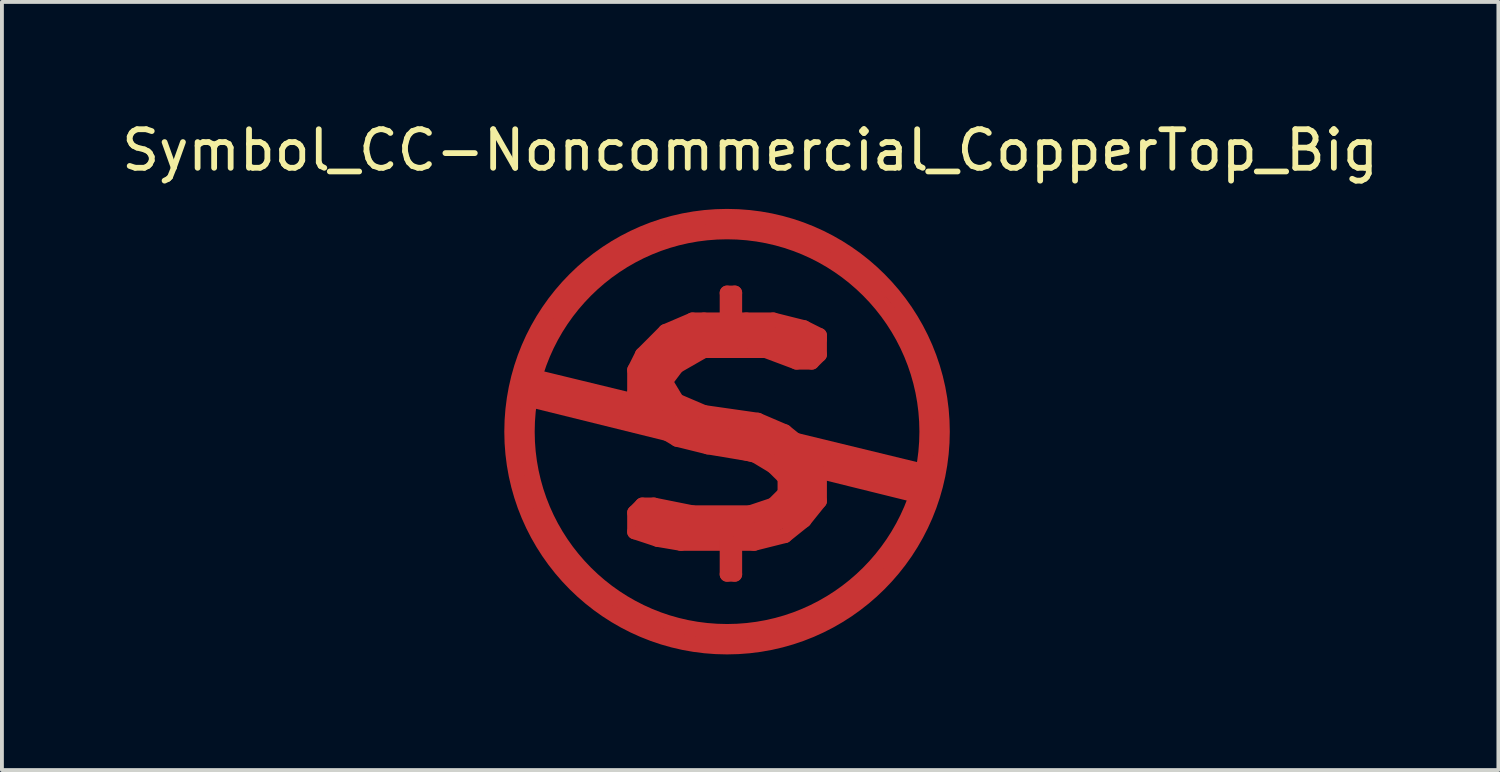
<source format=kicad_pcb>
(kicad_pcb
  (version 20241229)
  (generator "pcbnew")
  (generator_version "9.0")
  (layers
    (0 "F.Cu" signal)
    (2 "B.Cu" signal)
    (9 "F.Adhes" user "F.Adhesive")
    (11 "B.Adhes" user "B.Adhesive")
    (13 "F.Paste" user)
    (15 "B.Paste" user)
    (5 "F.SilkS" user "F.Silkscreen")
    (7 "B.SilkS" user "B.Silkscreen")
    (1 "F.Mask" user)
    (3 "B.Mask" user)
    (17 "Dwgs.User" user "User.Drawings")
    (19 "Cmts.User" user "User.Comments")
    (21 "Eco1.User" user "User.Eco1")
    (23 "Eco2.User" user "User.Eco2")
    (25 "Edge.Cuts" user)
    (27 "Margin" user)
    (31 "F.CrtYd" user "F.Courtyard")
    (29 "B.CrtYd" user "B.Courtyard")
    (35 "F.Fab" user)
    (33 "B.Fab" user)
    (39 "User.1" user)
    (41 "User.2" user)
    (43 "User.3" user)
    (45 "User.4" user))
  (footprint "Symbol_CC-Noncommercial_CopperTop_Big"
    (layer "F.Cu")
    (at 15.811 8.148)
    (property "Reference" "Symbol_CC-Noncommercial_CopperTop_Big" (at 0.599 -7.3 0) (layer "F.SilkS") (effects (font (size 1 1) (thickness 0.15))))
    (attr exclude_from_pos_files exclude_from_bom)
    (fp_line (start -5.4 -0.899) (end 4.699 1.6) (stroke (width 0.381) (type solid)) (layer "F.Cu"))
    (fp_line (start -5.4 0.099) (end -5.199 1.3) (stroke (width 0.381) (type solid)) (layer "F.Cu"))
    (fp_line (start -5.301 -1.501) (end 5.4 1.1) (stroke (width 0.381) (type solid)) (layer "F.Cu"))
    (fp_line (start -5.301 -1.199) (end -5.4 -0.899) (stroke (width 0.381) (type solid)) (layer "F.Cu"))
    (fp_line (start -5.301 -1.1) (end -5.4 0.099) (stroke (width 0.381) (type solid)) (layer "F.Cu"))
    (fp_line (start -5.199 1.3) (end -4.801 2.4) (stroke (width 0.381) (type solid)) (layer "F.Cu"))
    (fp_line (start -5.001 -2.101) (end -5.301 -1.1) (stroke (width 0.381) (type solid)) (layer "F.Cu"))
    (fp_line (start -4.801 2.4) (end -3.8 3.899) (stroke (width 0.381) (type solid)) (layer "F.Cu"))
    (fp_line (start -4.501 -3) (end -5.001 -2.101) (stroke (width 0.381) (type solid)) (layer "F.Cu"))
    (fp_line (start -4 -3.599) (end -4.501 -3) (stroke (width 0.381) (type solid)) (layer "F.Cu"))
    (fp_line (start -3.8 3.899) (end -2.601 4.801) (stroke (width 0.381) (type solid)) (layer "F.Cu"))
    (fp_line (start -3.299 -4.201) (end -4 -3.599) (stroke (width 0.381) (type solid)) (layer "F.Cu"))
    (fp_line (start -2.7 -4.699) (end -3.299 -4.201) (stroke (width 0.381) (type solid)) (layer "F.Cu"))
    (fp_line (start -2.601 4.801) (end -1.3 5.301) (stroke (width 0.381) (type solid)) (layer "F.Cu"))
    (fp_line (start -2.4 -1.6) (end -2.4 -1.001) (stroke (width 0.381) (type solid)) (layer "F.Cu"))
    (fp_line (start -2.4 -1.001) (end -2.101 -0.599) (stroke (width 0.381) (type solid)) (layer "F.Cu"))
    (fp_line (start -2.4 2.101) (end -2.4 2.601) (stroke (width 0.381) (type solid)) (layer "F.Cu"))
    (fp_line (start -2.4 2.601) (end -1.801 2.799) (stroke (width 0.381) (type solid)) (layer "F.Cu"))
    (fp_line (start -2.2 -1.999) (end -2.4 -1.6) (stroke (width 0.381) (type solid)) (layer "F.Cu"))
    (fp_line (start -2.2 -1.199) (end -1.9 -0.701) (stroke (width 0.381) (type solid)) (layer "F.Cu"))
    (fp_line (start -2.2 1.9) (end -2.4 2.101) (stroke (width 0.381) (type solid)) (layer "F.Cu"))
    (fp_line (start -2.2 2.2) (end -2.2 2.4) (stroke (width 0.381) (type solid)) (layer "F.Cu"))
    (fp_line (start -2.2 2.4) (end -1.1 2.601) (stroke (width 0.381) (type solid)) (layer "F.Cu"))
    (fp_line (start -2.101 -0.599) (end -1.801 -0.099) (stroke (width 0.381) (type solid)) (layer "F.Cu"))
    (fp_line (start -1.999 -4.9) (end -2.7 -4.699) (stroke (width 0.381) (type solid)) (layer "F.Cu"))
    (fp_line (start -1.9 -1.999) (end -2.2 -1.199) (stroke (width 0.381) (type solid)) (layer "F.Cu"))
    (fp_line (start -1.9 -1.199) (end -1.6 -1.801) (stroke (width 0.381) (type solid)) (layer "F.Cu"))
    (fp_line (start -1.9 -0.701) (end -1.3 -0.099) (stroke (width 0.381) (type solid)) (layer "F.Cu"))
    (fp_line (start -1.9 1.9) (end -2.2 1.9) (stroke (width 0.381) (type solid)) (layer "F.Cu"))
    (fp_line (start -1.801 -0.099) (end -1.3 0.201) (stroke (width 0.381) (type solid)) (layer "F.Cu"))
    (fp_line (start -1.801 2.799) (end -1.199 2.901) (stroke (width 0.381) (type solid)) (layer "F.Cu"))
    (fp_line (start -1.6 -2.601) (end -2.2 -1.999) (stroke (width 0.381) (type solid)) (layer "F.Cu"))
    (fp_line (start -1.6 -1.801) (end -0.899 -2.301) (stroke (width 0.381) (type solid)) (layer "F.Cu"))
    (fp_line (start -1.6 -1.3) (end -1.3 -1.699) (stroke (width 0.381) (type solid)) (layer "F.Cu"))
    (fp_line (start -1.6 2.2) (end -2.2 2.2) (stroke (width 0.381) (type solid)) (layer "F.Cu"))
    (fp_line (start -1.4 -0.5) (end -1.9 -1.199) (stroke (width 0.381) (type solid)) (layer "F.Cu"))
    (fp_line (start -1.3 -5.1) (end -1.999 -4.9) (stroke (width 0.381) (type solid)) (layer "F.Cu"))
    (fp_line (start -1.3 -1.699) (end -0.599 -2.101) (stroke (width 0.381) (type solid)) (layer "F.Cu"))
    (fp_line (start -1.3 -0.8) (end -1.6 -1.3) (stroke (width 0.381) (type solid)) (layer "F.Cu"))
    (fp_line (start -1.3 -0.099) (end 0 0.3) (stroke (width 0.381) (type solid)) (layer "F.Cu"))
    (fp_line (start -1.3 0.201) (end -0.5 0.399) (stroke (width 0.381) (type solid)) (layer "F.Cu"))
    (fp_line (start -1.3 5.301) (end 0.099 5.301) (stroke (width 0.381) (type solid)) (layer "F.Cu"))
    (fp_line (start -1.199 2.901) (end 0.701 2.901) (stroke (width 0.381) (type solid)) (layer "F.Cu"))
    (fp_line (start -1.1 -2.601) (end -1.9 -1.999) (stroke (width 0.381) (type solid)) (layer "F.Cu"))
    (fp_line (start -1.1 2.601) (end -0.099 2.601) (stroke (width 0.381) (type solid)) (layer "F.Cu"))
    (fp_line (start -0.899 -2.901) (end -1.6 -2.601) (stroke (width 0.381) (type solid)) (layer "F.Cu"))
    (fp_line (start -0.899 -2.301) (end -0.099 -2.4) (stroke (width 0.381) (type solid)) (layer "F.Cu"))
    (fp_line (start -0.899 2.101) (end -1.9 1.9) (stroke (width 0.381) (type solid)) (layer "F.Cu"))
    (fp_line (start -0.599 -2.901) (end -0.899 -2.901) (stroke (width 0.381) (type solid)) (layer "F.Cu"))
    (fp_line (start -0.599 -2.101) (end 1.001 -2.101) (stroke (width 0.381) (type solid)) (layer "F.Cu"))
    (fp_line (start -0.599 -0.5) (end -1.3 -0.8) (stroke (width 0.381) (type solid)) (layer "F.Cu"))
    (fp_line (start -0.5 -5.4) (end -1.3 -5.1) (stroke (width 0.381) (type solid)) (layer "F.Cu"))
    (fp_line (start -0.5 0.399) (end 0.701 0.599) (stroke (width 0.381) (type solid)) (layer "F.Cu"))
    (fp_line (start -0.399 -0.099) (end -1.4 -0.5) (stroke (width 0.381) (type solid)) (layer "F.Cu"))
    (fp_line (start -0.3 2.301) (end -1.6 2.2) (stroke (width 0.381) (type solid)) (layer "F.Cu"))
    (fp_line (start -0.201 -0.201) (end -0.399 -0.099) (stroke (width 0.381) (type solid)) (layer "F.Cu"))
    (fp_line (start -0.099 -2.4) (end 1.001 -2.301) (stroke (width 0.381) (type solid)) (layer "F.Cu"))
    (fp_line (start -0.099 2.601) (end 0.899 2.601) (stroke (width 0.381) (type solid)) (layer "F.Cu"))
    (fp_line (start 0 -5.4) (end -0.5 -5.4) (stroke (width 0.381) (type solid)) (layer "F.Cu"))
    (fp_line (start 0 -3.599) (end 0.201 -3.599) (stroke (width 0.381) (type solid)) (layer "F.Cu"))
    (fp_line (start 0 -3) (end 0 -3.599) (stroke (width 0.381) (type solid)) (layer "F.Cu"))
    (fp_line (start 0 0.3) (end 1.199 0.599) (stroke (width 0.381) (type solid)) (layer "F.Cu"))
    (fp_line (start 0 2.799) (end 0 3.701) (stroke (width 0.381) (type solid)) (layer "F.Cu"))
    (fp_line (start 0 3.701) (end 0.201 3.701) (stroke (width 0.381) (type solid)) (layer "F.Cu"))
    (fp_line (start 0.099 5.301) (end 1.6 5.199) (stroke (width 0.381) (type solid)) (layer "F.Cu"))
    (fp_line (start 0.201 -3.599) (end 0.201 -3) (stroke (width 0.381) (type solid)) (layer "F.Cu"))
    (fp_line (start 0.201 -0.201) (end 0.201 0.099) (stroke (width 0.381) (type solid)) (layer "F.Cu"))
    (fp_line (start 0.201 0.099) (end -0.201 -0.201) (stroke (width 0.381) (type solid)) (layer "F.Cu"))
    (fp_line (start 0.201 3.701) (end 0.201 3) (stroke (width 0.381) (type solid)) (layer "F.Cu"))
    (fp_line (start 0.5 -2.901) (end -0.599 -2.901) (stroke (width 0.381) (type solid)) (layer "F.Cu"))
    (fp_line (start 0.5 0) (end 0.5 0.201) (stroke (width 0.381) (type solid)) (layer "F.Cu"))
    (fp_line (start 0.5 0.201) (end 0.899 0.399) (stroke (width 0.381) (type solid)) (layer "F.Cu"))
    (fp_line (start 0.599 2.101) (end -0.899 2.101) (stroke (width 0.381) (type solid)) (layer "F.Cu"))
    (fp_line (start 0.701 0.599) (end 1.199 0.899) (stroke (width 0.381) (type solid)) (layer "F.Cu"))
    (fp_line (start 0.701 2.901) (end 1.501 2.7) (stroke (width 0.381) (type solid)) (layer "F.Cu"))
    (fp_line (start 0.8 -2.601) (end -1.1 -2.601) (stroke (width 0.381) (type solid)) (layer "F.Cu"))
    (fp_line (start 0.8 -0.3) (end -0.599 -0.5) (stroke (width 0.381) (type solid)) (layer "F.Cu"))
    (fp_line (start 0.899 0.399) (end 0.201 -0.201) (stroke (width 0.381) (type solid)) (layer "F.Cu"))
    (fp_line (start 0.899 2.301) (end -0.3 2.301) (stroke (width 0.381) (type solid)) (layer "F.Cu"))
    (fp_line (start 0.899 2.601) (end 1.801 2.101) (stroke (width 0.381) (type solid)) (layer "F.Cu"))
    (fp_line (start 1.001 -2.301) (end 2.101 -2.101) (stroke (width 0.381) (type solid)) (layer "F.Cu"))
    (fp_line (start 1.001 -2.101) (end 1.801 -1.801) (stroke (width 0.381) (type solid)) (layer "F.Cu"))
    (fp_line (start 1.199 -2.901) (end 0.5 -2.901) (stroke (width 0.381) (type solid)) (layer "F.Cu"))
    (fp_line (start 1.199 0.599) (end 1.699 1.1) (stroke (width 0.381) (type solid)) (layer "F.Cu"))
    (fp_line (start 1.199 0.899) (end 1.501 1.199) (stroke (width 0.381) (type solid)) (layer "F.Cu"))
    (fp_line (start 1.199 1.9) (end 0.599 2.101) (stroke (width 0.381) (type solid)) (layer "F.Cu"))
    (fp_line (start 1.4 -5.199) (end 0 -5.301) (stroke (width 0.381) (type solid)) (layer "F.Cu"))
    (fp_line (start 1.4 0.3) (end 0.5 0) (stroke (width 0.381) (type solid)) (layer "F.Cu"))
    (fp_line (start 1.501 0) (end 0.8 -0.3) (stroke (width 0.381) (type solid)) (layer "F.Cu"))
    (fp_line (start 1.501 1.199) (end 1.501 1.6) (stroke (width 0.381) (type solid)) (layer "F.Cu"))
    (fp_line (start 1.501 1.6) (end 1.199 1.9) (stroke (width 0.381) (type solid)) (layer "F.Cu"))
    (fp_line (start 1.501 2.7) (end 1.999 2.301) (stroke (width 0.381) (type solid)) (layer "F.Cu"))
    (fp_line (start 1.6 1.9) (end 0.899 2.301) (stroke (width 0.381) (type solid)) (layer "F.Cu"))
    (fp_line (start 1.6 5.199) (end 2.601 4.699) (stroke (width 0.381) (type solid)) (layer "F.Cu"))
    (fp_line (start 1.699 1.1) (end 1.6 1.9) (stroke (width 0.381) (type solid)) (layer "F.Cu"))
    (fp_line (start 1.801 -1.801) (end 2.2 -1.801) (stroke (width 0.381) (type solid)) (layer "F.Cu"))
    (fp_line (start 1.801 2.101) (end 2.101 1.6) (stroke (width 0.381) (type solid)) (layer "F.Cu"))
    (fp_line (start 1.9 -2.4) (end 0.8 -2.601) (stroke (width 0.381) (type solid)) (layer "F.Cu"))
    (fp_line (start 1.9 1.199) (end 1.999 0.899) (stroke (width 0.381) (type solid)) (layer "F.Cu"))
    (fp_line (start 1.9 1.6) (end 2.2 1.199) (stroke (width 0.381) (type solid)) (layer "F.Cu"))
    (fp_line (start 1.999 -2.7) (end 1.199 -2.901) (stroke (width 0.381) (type solid)) (layer "F.Cu"))
    (fp_line (start 1.999 0.399) (end 1.501 0) (stroke (width 0.381) (type solid)) (layer "F.Cu"))
    (fp_line (start 1.999 0.899) (end 1.4 0.3) (stroke (width 0.381) (type solid)) (layer "F.Cu"))
    (fp_line (start 1.999 2.301) (end 2.4 1.801) (stroke (width 0.381) (type solid)) (layer "F.Cu"))
    (fp_line (start 2.101 1.6) (end 1.9 1.6) (stroke (width 0.381) (type solid)) (layer "F.Cu"))
    (fp_line (start 2.2 -1.801) (end 2.4 -1.999) (stroke (width 0.381) (type solid)) (layer "F.Cu"))
    (fp_line (start 2.2 1.199) (end 1.9 1.199) (stroke (width 0.381) (type solid)) (layer "F.Cu"))
    (fp_line (start 2.301 -2.4) (end 2.4 -2.499) (stroke (width 0.381) (type solid)) (layer "F.Cu"))
    (fp_line (start 2.4 -4.801) (end 1.4 -5.199) (stroke (width 0.381) (type solid)) (layer "F.Cu"))
    (fp_line (start 2.4 -2.499) (end 1.999 -2.7) (stroke (width 0.381) (type solid)) (layer "F.Cu"))
    (fp_line (start 2.4 -2.4) (end 1.9 -2.4) (stroke (width 0.381) (type solid)) (layer "F.Cu"))
    (fp_line (start 2.4 -1.999) (end 2.4 -2.4) (stroke (width 0.381) (type solid)) (layer "F.Cu"))
    (fp_line (start 2.4 1.001) (end 1.999 0.399) (stroke (width 0.381) (type solid)) (layer "F.Cu"))
    (fp_line (start 2.4 1.801) (end 2.4 1.001) (stroke (width 0.381) (type solid)) (layer "F.Cu"))
    (fp_line (start 2.601 4.699) (end 4.201 3.401) (stroke (width 0.381) (type solid)) (layer "F.Cu"))
    (fp_line (start 3.401 -4.1) (end 2.4 -4.801) (stroke (width 0.381) (type solid)) (layer "F.Cu"))
    (fp_line (start 4.201 3.401) (end 5.001 1.801) (stroke (width 0.381) (type solid)) (layer "F.Cu"))
    (fp_line (start 4.699 -2.499) (end 3.401 -4.1) (stroke (width 0.381) (type solid)) (layer "F.Cu"))
    (fp_line (start 5.001 1.801) (end 5.4 0.3) (stroke (width 0.381) (type solid)) (layer "F.Cu"))
    (fp_line (start 5.199 -1.4) (end 4.699 -2.499) (stroke (width 0.381) (type solid)) (layer "F.Cu"))
    (fp_line (start 5.301 1.4) (end -5.301 -1.199) (stroke (width 0.381) (type solid)) (layer "F.Cu"))
    (fp_line (start 5.4 0.3) (end 5.199 -1.4) (stroke (width 0.381) (type solid)) (layer "F.Cu"))
    (fp_line (start 5.4 1.1) (end 5.301 1.4) (stroke (width 0.381) (type solid)) (layer "F.Cu"))
    (fp_circle (center 0 0) (end 5.08 1.016) (stroke (width 0.381) (type solid)) (fill no) (layer "F.Cu"))
    (fp_circle (center 0 0) (end 5.588 0) (stroke (width 0.381) (type solid)) (fill no) (layer "F.Cu")))
  (gr_rect
    (start -3 -3)
    (end 35.821 16.927)
    (stroke (width 0.1) (type default))
    (fill no)
    (layer "Edge.Cuts")))
</source>
